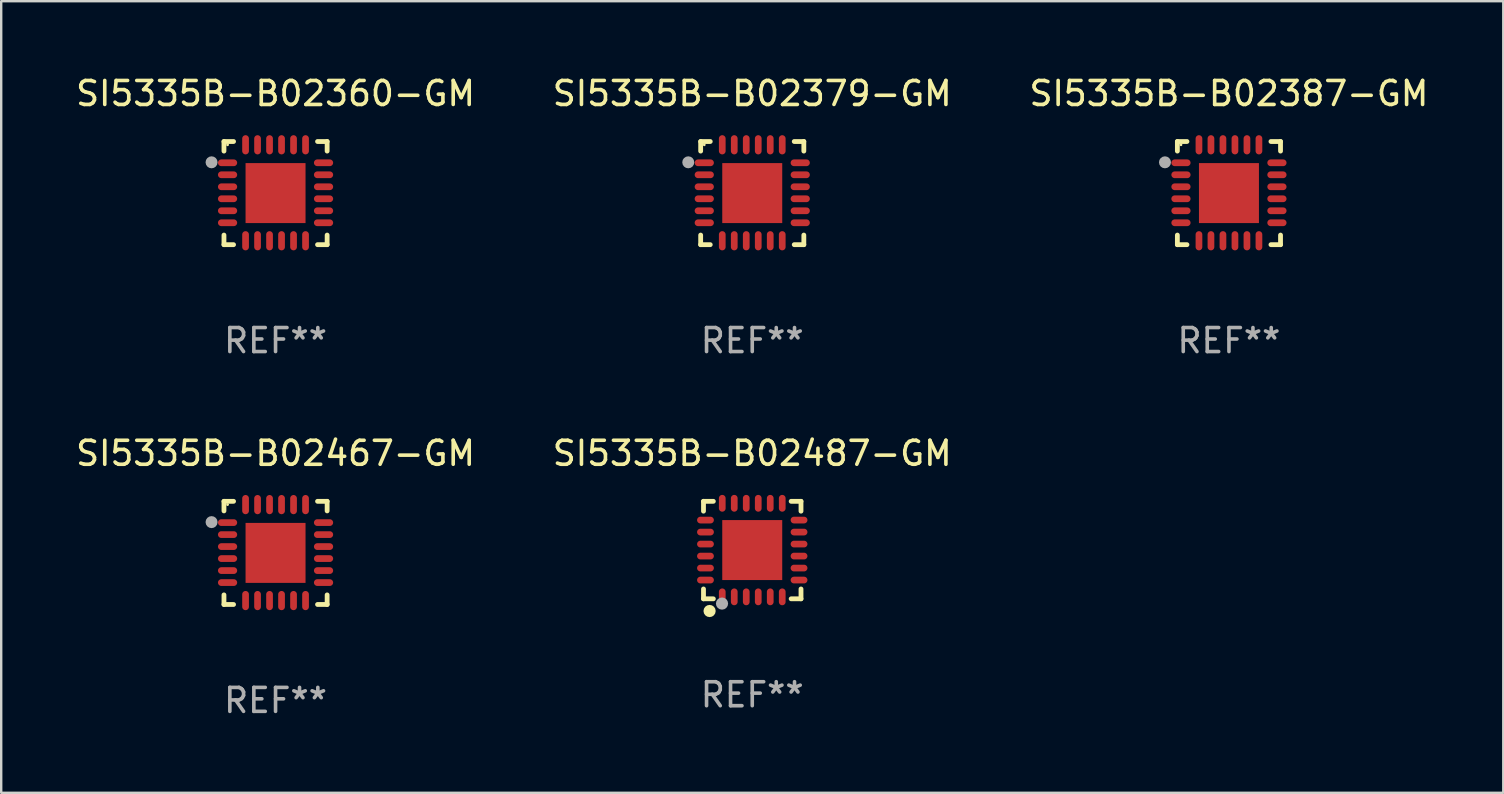
<source format=kicad_pcb>
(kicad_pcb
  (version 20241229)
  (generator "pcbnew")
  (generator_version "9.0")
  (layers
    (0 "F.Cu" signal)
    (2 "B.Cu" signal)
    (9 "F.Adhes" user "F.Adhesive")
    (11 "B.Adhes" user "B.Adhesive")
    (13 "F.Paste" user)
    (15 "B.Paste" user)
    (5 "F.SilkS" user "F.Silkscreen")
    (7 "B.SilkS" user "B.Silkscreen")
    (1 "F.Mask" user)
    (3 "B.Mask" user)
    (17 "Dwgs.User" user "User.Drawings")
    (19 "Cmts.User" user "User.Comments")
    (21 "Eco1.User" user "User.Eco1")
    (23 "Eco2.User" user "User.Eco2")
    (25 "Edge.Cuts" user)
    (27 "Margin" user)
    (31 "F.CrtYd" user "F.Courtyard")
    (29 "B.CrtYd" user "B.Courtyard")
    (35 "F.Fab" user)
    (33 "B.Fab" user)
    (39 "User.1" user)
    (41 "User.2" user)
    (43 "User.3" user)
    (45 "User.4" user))
  (footprint "SI5335B-B02467-GM"
    (layer "F.Cu")
    (at 8.435 19.995)
    (property "Reference" "SI5335B-B02467-GM" (at 0 -4.15 0) (layer "F.SilkS") (effects (font (size 1 1) (thickness 0.15))))
    (attr through_hole)
    (fp_line (start -2.15 -2.15) (end -1.75 -2.15) (stroke (width 0.2) (type solid)) (layer "F.SilkS"))
    (fp_line (start -2.15 -1.75) (end -2.15 -2.15) (stroke (width 0.2) (type solid)) (layer "F.SilkS"))
    (fp_line (start -2.15 2.15) (end -2.15 1.75) (stroke (width 0.2) (type solid)) (layer "F.SilkS"))
    (fp_line (start -1.75 2.15) (end -2.15 2.15) (stroke (width 0.2) (type solid)) (layer "F.SilkS"))
    (fp_line (start 1.75 -2.15) (end 2.15 -2.15) (stroke (width 0.2) (type solid)) (layer "F.SilkS"))
    (fp_line (start 1.75 2.15) (end 2.15 2.15) (stroke (width 0.2) (type solid)) (layer "F.SilkS"))
    (fp_line (start 2.15 -2.15) (end 2.15 -1.75) (stroke (width 0.2) (type solid)) (layer "F.SilkS"))
    (fp_line (start 2.15 2.15) (end 2.15 1.75) (stroke (width 0.2) (type solid)) (layer "F.SilkS"))
    (fp_circle (center -2 -2.013) (end -1.97 -2.013) (stroke (width 0.06) (type solid)) (fill no) (layer "F.SilkS"))
    (fp_circle (center -2.667 -1.283) (end -2.542 -1.283) (stroke (width 0.25) (type solid)) (fill no) (layer "F.Fab"))
    (fp_text user "REF**" (at 0 6.15 0) (layer "F.Fab") (effects (font (size 1 1) (thickness 0.15))))
    (pad "1" smd oval (at -2 -1.263) (size 0.8 0.28) (layers "F.Cu" "F.Mask" "F.Paste"))
    (pad "2" smd oval (at -2 -0.763) (size 0.8 0.28) (layers "F.Cu" "F.Mask" "F.Paste"))
    (pad "3" smd oval (at -2 -0.263) (size 0.8 0.28) (layers "F.Cu" "F.Mask" "F.Paste"))
    (pad "4" smd oval (at -2 0.237) (size 0.8 0.28) (layers "F.Cu" "F.Mask" "F.Paste"))
    (pad "5" smd oval (at -2 0.737) (size 0.8 0.28) (layers "F.Cu" "F.Mask" "F.Paste"))
    (pad "6" smd oval (at -2 1.237) (size 0.8 0.28) (layers "F.Cu" "F.Mask" "F.Paste"))
    (pad "7" smd oval (at -1.25 1.987) (size 0.28 0.8) (layers "F.Cu" "F.Mask" "F.Paste"))
    (pad "8" smd oval (at -0.75 1.987) (size 0.28 0.8) (layers "F.Cu" "F.Mask" "F.Paste"))
    (pad "9" smd oval (at -0.25 1.987) (size 0.28 0.8) (layers "F.Cu" "F.Mask" "F.Paste"))
    (pad "10" smd oval (at 0.25 1.987) (size 0.28 0.8) (layers "F.Cu" "F.Mask" "F.Paste"))
    (pad "11" smd oval (at 0.75 1.987) (size 0.28 0.8) (layers "F.Cu" "F.Mask" "F.Paste"))
    (pad "12" smd oval (at 1.25 1.987) (size 0.28 0.8) (layers "F.Cu" "F.Mask" "F.Paste"))
    (pad "13" smd oval (at 2 1.237) (size 0.8 0.28) (layers "F.Cu" "F.Mask" "F.Paste"))
    (pad "14" smd oval (at 2 0.737) (size 0.8 0.28) (layers "F.Cu" "F.Mask" "F.Paste"))
    (pad "15" smd oval (at 2 0.237) (size 0.8 0.28) (layers "F.Cu" "F.Mask" "F.Paste"))
    (pad "16" smd oval (at 2 -0.263) (size 0.8 0.28) (layers "F.Cu" "F.Mask" "F.Paste"))
    (pad "17" smd oval (at 2 -0.763) (size 0.8 0.28) (layers "F.Cu" "F.Mask" "F.Paste"))
    (pad "18" smd oval (at 2 -1.263) (size 0.8 0.28) (layers "F.Cu" "F.Mask" "F.Paste"))
    (pad "19" smd oval (at 1.25 -2.013) (size 0.28 0.8) (layers "F.Cu" "F.Mask" "F.Paste"))
    (pad "20" smd oval (at 0.75 -2.013) (size 0.28 0.8) (layers "F.Cu" "F.Mask" "F.Paste"))
    (pad "21" smd oval (at 0.25 -2.013) (size 0.28 0.8) (layers "F.Cu" "F.Mask" "F.Paste"))
    (pad "22" smd oval (at -0.25 -2.013) (size 0.28 0.8) (layers "F.Cu" "F.Mask" "F.Paste"))
    (pad "23" smd oval (at -0.75 -2.013) (size 0.28 0.8) (layers "F.Cu" "F.Mask" "F.Paste"))
    (pad "24" smd oval (at -1.25 -2.013) (size 0.28 0.8) (layers "F.Cu" "F.Mask" "F.Paste"))
    (pad "25" smd rect (at -0.000127 -0.00014) (size 2.5 2.5) (layers "F.Cu" "F.Mask" "F.Paste")))
  (footprint "SI5335B-B02360-GM"
    (layer "F.Cu")
    (at 8.435 4.998)
    (property "Reference" "SI5335B-B02360-GM" (at 0 -4.15 0) (layer "F.SilkS") (effects (font (size 1 1) (thickness 0.15))))
    (attr through_hole)
    (fp_line (start -2.15 -2.15) (end -1.75 -2.15) (stroke (width 0.2) (type solid)) (layer "F.SilkS"))
    (fp_line (start -2.15 -1.75) (end -2.15 -2.15) (stroke (width 0.2) (type solid)) (layer "F.SilkS"))
    (fp_line (start -2.15 2.15) (end -2.15 1.75) (stroke (width 0.2) (type solid)) (layer "F.SilkS"))
    (fp_line (start -1.75 2.15) (end -2.15 2.15) (stroke (width 0.2) (type solid)) (layer "F.SilkS"))
    (fp_line (start 1.75 -2.15) (end 2.15 -2.15) (stroke (width 0.2) (type solid)) (layer "F.SilkS"))
    (fp_line (start 1.75 2.15) (end 2.15 2.15) (stroke (width 0.2) (type solid)) (layer "F.SilkS"))
    (fp_line (start 2.15 -2.15) (end 2.15 -1.75) (stroke (width 0.2) (type solid)) (layer "F.SilkS"))
    (fp_line (start 2.15 2.15) (end 2.15 1.75) (stroke (width 0.2) (type solid)) (layer "F.SilkS"))
    (fp_circle (center -2 -2.013) (end -1.97 -2.013) (stroke (width 0.06) (type solid)) (fill no) (layer "F.SilkS"))
    (fp_circle (center -2.667 -1.283) (end -2.542 -1.283) (stroke (width 0.25) (type solid)) (fill no) (layer "F.Fab"))
    (fp_text user "REF**" (at 0 6.15 0) (layer "F.Fab") (effects (font (size 1 1) (thickness 0.15))))
    (pad "1" smd oval (at -2 -1.263) (size 0.8 0.28) (layers "F.Cu" "F.Mask" "F.Paste"))
    (pad "2" smd oval (at -2 -0.763) (size 0.8 0.28) (layers "F.Cu" "F.Mask" "F.Paste"))
    (pad "3" smd oval (at -2 -0.263) (size 0.8 0.28) (layers "F.Cu" "F.Mask" "F.Paste"))
    (pad "4" smd oval (at -2 0.237) (size 0.8 0.28) (layers "F.Cu" "F.Mask" "F.Paste"))
    (pad "5" smd oval (at -2 0.737) (size 0.8 0.28) (layers "F.Cu" "F.Mask" "F.Paste"))
    (pad "6" smd oval (at -2 1.237) (size 0.8 0.28) (layers "F.Cu" "F.Mask" "F.Paste"))
    (pad "7" smd oval (at -1.25 1.987) (size 0.28 0.8) (layers "F.Cu" "F.Mask" "F.Paste"))
    (pad "8" smd oval (at -0.75 1.987) (size 0.28 0.8) (layers "F.Cu" "F.Mask" "F.Paste"))
    (pad "9" smd oval (at -0.25 1.987) (size 0.28 0.8) (layers "F.Cu" "F.Mask" "F.Paste"))
    (pad "10" smd oval (at 0.25 1.987) (size 0.28 0.8) (layers "F.Cu" "F.Mask" "F.Paste"))
    (pad "11" smd oval (at 0.75 1.987) (size 0.28 0.8) (layers "F.Cu" "F.Mask" "F.Paste"))
    (pad "12" smd oval (at 1.25 1.987) (size 0.28 0.8) (layers "F.Cu" "F.Mask" "F.Paste"))
    (pad "13" smd oval (at 2 1.237) (size 0.8 0.28) (layers "F.Cu" "F.Mask" "F.Paste"))
    (pad "14" smd oval (at 2 0.737) (size 0.8 0.28) (layers "F.Cu" "F.Mask" "F.Paste"))
    (pad "15" smd oval (at 2 0.237) (size 0.8 0.28) (layers "F.Cu" "F.Mask" "F.Paste"))
    (pad "16" smd oval (at 2 -0.263) (size 0.8 0.28) (layers "F.Cu" "F.Mask" "F.Paste"))
    (pad "17" smd oval (at 2 -0.763) (size 0.8 0.28) (layers "F.Cu" "F.Mask" "F.Paste"))
    (pad "18" smd oval (at 2 -1.263) (size 0.8 0.28) (layers "F.Cu" "F.Mask" "F.Paste"))
    (pad "19" smd oval (at 1.25 -2.013) (size 0.28 0.8) (layers "F.Cu" "F.Mask" "F.Paste"))
    (pad "20" smd oval (at 0.75 -2.013) (size 0.28 0.8) (layers "F.Cu" "F.Mask" "F.Paste"))
    (pad "21" smd oval (at 0.25 -2.013) (size 0.28 0.8) (layers "F.Cu" "F.Mask" "F.Paste"))
    (pad "22" smd oval (at -0.25 -2.013) (size 0.28 0.8) (layers "F.Cu" "F.Mask" "F.Paste"))
    (pad "23" smd oval (at -0.75 -2.013) (size 0.28 0.8) (layers "F.Cu" "F.Mask" "F.Paste"))
    (pad "24" smd oval (at -1.25 -2.013) (size 0.28 0.8) (layers "F.Cu" "F.Mask" "F.Paste"))
    (pad "25" smd rect (at -0.000127 -0.00014) (size 2.5 2.5) (layers "F.Cu" "F.Mask" "F.Paste")))
  (footprint "SI5335B-B02487-GM"
    (layer "F.Cu")
    (at 28.304 19.877)
    (property "Reference" "SI5335B-B02487-GM" (at 0 -4.032 0) (layer "F.SilkS") (effects (font (size 1 1) (thickness 0.15))))
    (attr through_hole)
    (fp_line (start -2.032 -2.032) (end -1.621 -2.032) (stroke (width 0.2) (type solid)) (layer "F.SilkS"))
    (fp_line (start -2.032 -1.621) (end -2.032 -2.032) (stroke (width 0.2) (type solid)) (layer "F.SilkS"))
    (fp_line (start -2.032 2.032) (end -2.032 1.621) (stroke (width 0.2) (type solid)) (layer "F.SilkS"))
    (fp_line (start -1.621 2.032) (end -2.032 2.032) (stroke (width 0.2) (type solid)) (layer "F.SilkS"))
    (fp_line (start 1.621 -2.032) (end 2.032 -2.032) (stroke (width 0.2) (type solid)) (layer "F.SilkS"))
    (fp_line (start 2.032 -2.032) (end 2.032 -1.621) (stroke (width 0.2) (type solid)) (layer "F.SilkS"))
    (fp_line (start 2.032 1.621) (end 2.032 2.032) (stroke (width 0.2) (type solid)) (layer "F.SilkS"))
    (fp_line (start 2.032 2.032) (end 1.621 2.032) (stroke (width 0.2) (type solid)) (layer "F.SilkS"))
    (fp_circle (center -2 2) (end -1.97 2) (stroke (width 0.06) (type solid)) (fill no) (layer "F.SilkS"))
    (fp_circle (center -1.778 2.54) (end -1.651 2.54) (stroke (width 0.254) (type solid)) (fill no) (layer "F.SilkS"))
    (fp_circle (center -1.26 2.23) (end -1.133 2.23) (stroke (width 0.254) (type solid)) (fill no) (layer "F.Fab"))
    (fp_text user "REF**" (at 0 6.032 0) (layer "F.Fab") (effects (font (size 1 1) (thickness 0.15))))
    (pad "1" smd oval (at -1.25 1.95 180) (size 0.28 0.7) (layers "F.Cu" "F.Mask" "F.Paste"))
    (pad "2" smd oval (at -0.75 1.95 180) (size 0.28 0.7) (layers "F.Cu" "F.Mask" "F.Paste"))
    (pad "3" smd oval (at -0.25 1.95 180) (size 0.28 0.7) (layers "F.Cu" "F.Mask" "F.Paste"))
    (pad "4" smd oval (at 0.25 1.95 180) (size 0.28 0.7) (layers "F.Cu" "F.Mask" "F.Paste"))
    (pad "5" smd oval (at 0.75 1.95 180) (size 0.28 0.7) (layers "F.Cu" "F.Mask" "F.Paste"))
    (pad "6" smd oval (at 1.25 1.95 180) (size 0.28 0.7) (layers "F.Cu" "F.Mask" "F.Paste"))
    (pad "7" smd oval (at 1.95 1.25 270) (size 0.28 0.7) (layers "F.Cu" "F.Mask" "F.Paste"))
    (pad "8" smd oval (at 1.95 0.75 270) (size 0.28 0.7) (layers "F.Cu" "F.Mask" "F.Paste"))
    (pad "9" smd oval (at 1.95 0.25 270) (size 0.28 0.7) (layers "F.Cu" "F.Mask" "F.Paste"))
    (pad "10" smd oval (at 1.95 -0.25 270) (size 0.28 0.7) (layers "F.Cu" "F.Mask" "F.Paste"))
    (pad "11" smd oval (at 1.95 -0.75 270) (size 0.28 0.7) (layers "F.Cu" "F.Mask" "F.Paste"))
    (pad "12" smd oval (at 1.95 -1.25 270) (size 0.28 0.7) (layers "F.Cu" "F.Mask" "F.Paste"))
    (pad "13" smd oval (at 1.25 -1.95) (size 0.28 0.7) (layers "F.Cu" "F.Mask" "F.Paste"))
    (pad "14" smd oval (at 0.75 -1.95) (size 0.28 0.7) (layers "F.Cu" "F.Mask" "F.Paste"))
    (pad "15" smd oval (at 0.25 -1.95) (size 0.28 0.7) (layers "F.Cu" "F.Mask" "F.Paste"))
    (pad "16" smd oval (at -0.25 -1.95) (size 0.28 0.7) (layers "F.Cu" "F.Mask" "F.Paste"))
    (pad "17" smd oval (at -0.75 -1.95) (size 0.28 0.7) (layers "F.Cu" "F.Mask" "F.Paste"))
    (pad "18" smd oval (at -1.25 -1.95) (size 0.28 0.7) (layers "F.Cu" "F.Mask" "F.Paste"))
    (pad "19" smd oval (at -1.95 -1.25 90) (size 0.28 0.7) (layers "F.Cu" "F.Mask" "F.Paste"))
    (pad "20" smd oval (at -1.95 -0.75 90) (size 0.28 0.7) (layers "F.Cu" "F.Mask" "F.Paste"))
    (pad "21" smd oval (at -1.95 -0.25 90) (size 0.28 0.7) (layers "F.Cu" "F.Mask" "F.Paste"))
    (pad "22" smd oval (at -1.95 0.25 90) (size 0.28 0.7) (layers "F.Cu" "F.Mask" "F.Paste"))
    (pad "23" smd oval (at -1.95 0.75 90) (size 0.28 0.7) (layers "F.Cu" "F.Mask" "F.Paste"))
    (pad "24" smd oval (at -1.95 1.25 90) (size 0.28 0.7) (layers "F.Cu" "F.Mask" "F.Paste"))
    (pad "25" smd rect (at -0.000178 0.000025 90) (size 2.5 2.5) (layers "F.Cu" "F.Mask" "F.Paste")))
  (footprint "SI5335B-B02387-GM"
    (layer "F.Cu")
    (at 48.173 4.998)
    (property "Reference" "SI5335B-B02387-GM" (at 0 -4.15 0) (layer "F.SilkS") (effects (font (size 1 1) (thickness 0.15))))
    (attr through_hole)
    (fp_line (start -2.15 -2.15) (end -1.75 -2.15) (stroke (width 0.2) (type solid)) (layer "F.SilkS"))
    (fp_line (start -2.15 -1.75) (end -2.15 -2.15) (stroke (width 0.2) (type solid)) (layer "F.SilkS"))
    (fp_line (start -2.15 2.15) (end -2.15 1.75) (stroke (width 0.2) (type solid)) (layer "F.SilkS"))
    (fp_line (start -1.75 2.15) (end -2.15 2.15) (stroke (width 0.2) (type solid)) (layer "F.SilkS"))
    (fp_line (start 1.75 -2.15) (end 2.15 -2.15) (stroke (width 0.2) (type solid)) (layer "F.SilkS"))
    (fp_line (start 1.75 2.15) (end 2.15 2.15) (stroke (width 0.2) (type solid)) (layer "F.SilkS"))
    (fp_line (start 2.15 -2.15) (end 2.15 -1.75) (stroke (width 0.2) (type solid)) (layer "F.SilkS"))
    (fp_line (start 2.15 2.15) (end 2.15 1.75) (stroke (width 0.2) (type solid)) (layer "F.SilkS"))
    (fp_circle (center -2 -2.013) (end -1.97 -2.013) (stroke (width 0.06) (type solid)) (fill no) (layer "F.SilkS"))
    (fp_circle (center -2.667 -1.283) (end -2.542 -1.283) (stroke (width 0.25) (type solid)) (fill no) (layer "F.Fab"))
    (fp_text user "REF**" (at 0 6.15 0) (layer "F.Fab") (effects (font (size 1 1) (thickness 0.15))))
    (pad "1" smd oval (at -2 -1.263) (size 0.8 0.28) (layers "F.Cu" "F.Mask" "F.Paste"))
    (pad "2" smd oval (at -2 -0.763) (size 0.8 0.28) (layers "F.Cu" "F.Mask" "F.Paste"))
    (pad "3" smd oval (at -2 -0.263) (size 0.8 0.28) (layers "F.Cu" "F.Mask" "F.Paste"))
    (pad "4" smd oval (at -2 0.237) (size 0.8 0.28) (layers "F.Cu" "F.Mask" "F.Paste"))
    (pad "5" smd oval (at -2 0.737) (size 0.8 0.28) (layers "F.Cu" "F.Mask" "F.Paste"))
    (pad "6" smd oval (at -2 1.237) (size 0.8 0.28) (layers "F.Cu" "F.Mask" "F.Paste"))
    (pad "7" smd oval (at -1.25 1.987) (size 0.28 0.8) (layers "F.Cu" "F.Mask" "F.Paste"))
    (pad "8" smd oval (at -0.75 1.987) (size 0.28 0.8) (layers "F.Cu" "F.Mask" "F.Paste"))
    (pad "9" smd oval (at -0.25 1.987) (size 0.28 0.8) (layers "F.Cu" "F.Mask" "F.Paste"))
    (pad "10" smd oval (at 0.25 1.987) (size 0.28 0.8) (layers "F.Cu" "F.Mask" "F.Paste"))
    (pad "11" smd oval (at 0.75 1.987) (size 0.28 0.8) (layers "F.Cu" "F.Mask" "F.Paste"))
    (pad "12" smd oval (at 1.25 1.987) (size 0.28 0.8) (layers "F.Cu" "F.Mask" "F.Paste"))
    (pad "13" smd oval (at 2 1.237) (size 0.8 0.28) (layers "F.Cu" "F.Mask" "F.Paste"))
    (pad "14" smd oval (at 2 0.737) (size 0.8 0.28) (layers "F.Cu" "F.Mask" "F.Paste"))
    (pad "15" smd oval (at 2 0.237) (size 0.8 0.28) (layers "F.Cu" "F.Mask" "F.Paste"))
    (pad "16" smd oval (at 2 -0.263) (size 0.8 0.28) (layers "F.Cu" "F.Mask" "F.Paste"))
    (pad "17" smd oval (at 2 -0.763) (size 0.8 0.28) (layers "F.Cu" "F.Mask" "F.Paste"))
    (pad "18" smd oval (at 2 -1.263) (size 0.8 0.28) (layers "F.Cu" "F.Mask" "F.Paste"))
    (pad "19" smd oval (at 1.25 -2.013) (size 0.28 0.8) (layers "F.Cu" "F.Mask" "F.Paste"))
    (pad "20" smd oval (at 0.75 -2.013) (size 0.28 0.8) (layers "F.Cu" "F.Mask" "F.Paste"))
    (pad "21" smd oval (at 0.25 -2.013) (size 0.28 0.8) (layers "F.Cu" "F.Mask" "F.Paste"))
    (pad "22" smd oval (at -0.25 -2.013) (size 0.28 0.8) (layers "F.Cu" "F.Mask" "F.Paste"))
    (pad "23" smd oval (at -0.75 -2.013) (size 0.28 0.8) (layers "F.Cu" "F.Mask" "F.Paste"))
    (pad "24" smd oval (at -1.25 -2.013) (size 0.28 0.8) (layers "F.Cu" "F.Mask" "F.Paste"))
    (pad "25" smd rect (at -0.000127 -0.00014) (size 2.5 2.5) (layers "F.Cu" "F.Mask" "F.Paste")))
  (footprint "SI5335B-B02379-GM"
    (layer "F.Cu")
    (at 28.304 4.998)
    (property "Reference" "SI5335B-B02379-GM" (at 0 -4.15 0) (layer "F.SilkS") (effects (font (size 1 1) (thickness 0.15))))
    (attr through_hole)
    (fp_line (start -2.15 -2.15) (end -1.75 -2.15) (stroke (width 0.2) (type solid)) (layer "F.SilkS"))
    (fp_line (start -2.15 -1.75) (end -2.15 -2.15) (stroke (width 0.2) (type solid)) (layer "F.SilkS"))
    (fp_line (start -2.15 2.15) (end -2.15 1.75) (stroke (width 0.2) (type solid)) (layer "F.SilkS"))
    (fp_line (start -1.75 2.15) (end -2.15 2.15) (stroke (width 0.2) (type solid)) (layer "F.SilkS"))
    (fp_line (start 1.75 -2.15) (end 2.15 -2.15) (stroke (width 0.2) (type solid)) (layer "F.SilkS"))
    (fp_line (start 1.75 2.15) (end 2.15 2.15) (stroke (width 0.2) (type solid)) (layer "F.SilkS"))
    (fp_line (start 2.15 -2.15) (end 2.15 -1.75) (stroke (width 0.2) (type solid)) (layer "F.SilkS"))
    (fp_line (start 2.15 2.15) (end 2.15 1.75) (stroke (width 0.2) (type solid)) (layer "F.SilkS"))
    (fp_circle (center -2 -2.013) (end -1.97 -2.013) (stroke (width 0.06) (type solid)) (fill no) (layer "F.SilkS"))
    (fp_circle (center -2.667 -1.283) (end -2.542 -1.283) (stroke (width 0.25) (type solid)) (fill no) (layer "F.Fab"))
    (fp_text user "REF**" (at 0 6.15 0) (layer "F.Fab") (effects (font (size 1 1) (thickness 0.15))))
    (pad "1" smd oval (at -2 -1.263) (size 0.8 0.28) (layers "F.Cu" "F.Mask" "F.Paste"))
    (pad "2" smd oval (at -2 -0.763) (size 0.8 0.28) (layers "F.Cu" "F.Mask" "F.Paste"))
    (pad "3" smd oval (at -2 -0.263) (size 0.8 0.28) (layers "F.Cu" "F.Mask" "F.Paste"))
    (pad "4" smd oval (at -2 0.237) (size 0.8 0.28) (layers "F.Cu" "F.Mask" "F.Paste"))
    (pad "5" smd oval (at -2 0.737) (size 0.8 0.28) (layers "F.Cu" "F.Mask" "F.Paste"))
    (pad "6" smd oval (at -2 1.237) (size 0.8 0.28) (layers "F.Cu" "F.Mask" "F.Paste"))
    (pad "7" smd oval (at -1.25 1.987) (size 0.28 0.8) (layers "F.Cu" "F.Mask" "F.Paste"))
    (pad "8" smd oval (at -0.75 1.987) (size 0.28 0.8) (layers "F.Cu" "F.Mask" "F.Paste"))
    (pad "9" smd oval (at -0.25 1.987) (size 0.28 0.8) (layers "F.Cu" "F.Mask" "F.Paste"))
    (pad "10" smd oval (at 0.25 1.987) (size 0.28 0.8) (layers "F.Cu" "F.Mask" "F.Paste"))
    (pad "11" smd oval (at 0.75 1.987) (size 0.28 0.8) (layers "F.Cu" "F.Mask" "F.Paste"))
    (pad "12" smd oval (at 1.25 1.987) (size 0.28 0.8) (layers "F.Cu" "F.Mask" "F.Paste"))
    (pad "13" smd oval (at 2 1.237) (size 0.8 0.28) (layers "F.Cu" "F.Mask" "F.Paste"))
    (pad "14" smd oval (at 2 0.737) (size 0.8 0.28) (layers "F.Cu" "F.Mask" "F.Paste"))
    (pad "15" smd oval (at 2 0.237) (size 0.8 0.28) (layers "F.Cu" "F.Mask" "F.Paste"))
    (pad "16" smd oval (at 2 -0.263) (size 0.8 0.28) (layers "F.Cu" "F.Mask" "F.Paste"))
    (pad "17" smd oval (at 2 -0.763) (size 0.8 0.28) (layers "F.Cu" "F.Mask" "F.Paste"))
    (pad "18" smd oval (at 2 -1.263) (size 0.8 0.28) (layers "F.Cu" "F.Mask" "F.Paste"))
    (pad "19" smd oval (at 1.25 -2.013) (size 0.28 0.8) (layers "F.Cu" "F.Mask" "F.Paste"))
    (pad "20" smd oval (at 0.75 -2.013) (size 0.28 0.8) (layers "F.Cu" "F.Mask" "F.Paste"))
    (pad "21" smd oval (at 0.25 -2.013) (size 0.28 0.8) (layers "F.Cu" "F.Mask" "F.Paste"))
    (pad "22" smd oval (at -0.25 -2.013) (size 0.28 0.8) (layers "F.Cu" "F.Mask" "F.Paste"))
    (pad "23" smd oval (at -0.75 -2.013) (size 0.28 0.8) (layers "F.Cu" "F.Mask" "F.Paste"))
    (pad "24" smd oval (at -1.25 -2.013) (size 0.28 0.8) (layers "F.Cu" "F.Mask" "F.Paste"))
    (pad "25" smd rect (at -0.000127 -0.00014) (size 2.5 2.5) (layers "F.Cu" "F.Mask" "F.Paste")))
  (gr_rect
    (start -3 -3)
    (end 59.607 29.993)
    (stroke (width 0.1) (type default))
    (fill no)
    (layer "Edge.Cuts")))
</source>
